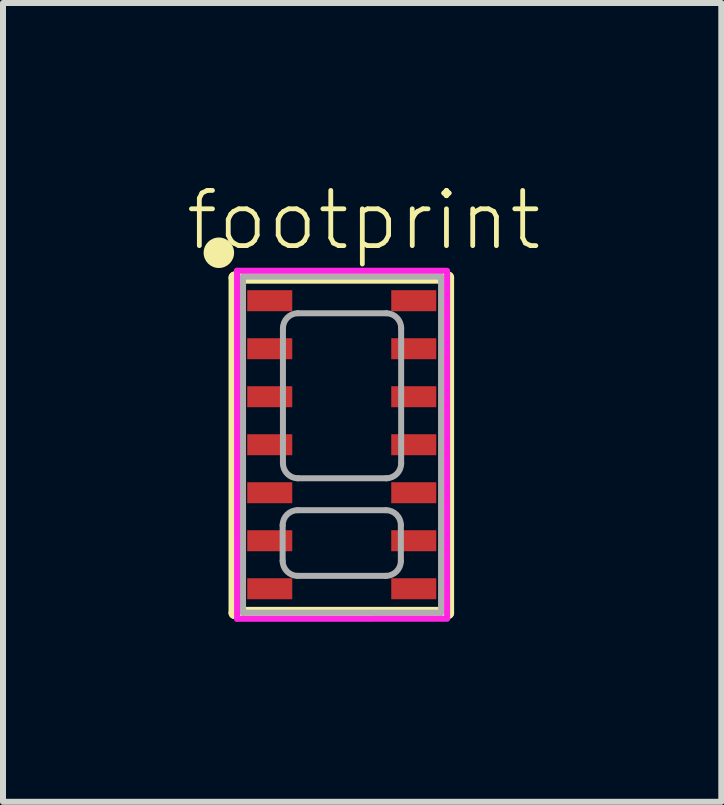
<source format=kicad_pcb>
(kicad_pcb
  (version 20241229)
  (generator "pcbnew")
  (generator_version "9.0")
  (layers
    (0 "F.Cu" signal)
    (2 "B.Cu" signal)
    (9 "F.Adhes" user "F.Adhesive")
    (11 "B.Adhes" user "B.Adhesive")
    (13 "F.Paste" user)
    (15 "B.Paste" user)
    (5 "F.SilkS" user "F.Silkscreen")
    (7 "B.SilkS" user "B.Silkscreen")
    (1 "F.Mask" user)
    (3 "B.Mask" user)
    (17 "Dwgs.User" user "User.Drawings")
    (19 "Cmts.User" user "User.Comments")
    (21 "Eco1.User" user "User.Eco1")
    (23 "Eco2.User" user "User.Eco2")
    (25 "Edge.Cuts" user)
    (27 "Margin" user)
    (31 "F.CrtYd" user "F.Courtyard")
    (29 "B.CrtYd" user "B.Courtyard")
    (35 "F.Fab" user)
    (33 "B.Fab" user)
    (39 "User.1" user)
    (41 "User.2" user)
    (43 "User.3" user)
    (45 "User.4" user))
  (footprint "footprint"
    (layer "F.Cu")
    (at 2.638 4.37)
    (property "Reference" "footprint" (at -2.638 -3.21 0) (layer "F.SilkS") (effects (font (size 0.92 0.92) (thickness 0.08)) (justify left bottom)))
    (fp_line (start -1.778 -2.794) (end 1.778 -2.794) (stroke (width 0.203) (type solid)) (layer "F.SilkS"))
    (fp_line (start -1.778 2.794) (end -1.778 -2.794) (stroke (width 0.203) (type solid)) (layer "F.SilkS"))
    (fp_line (start 1.778 -2.794) (end 1.778 2.794) (stroke (width 0.203) (type solid)) (layer "F.SilkS"))
    (fp_line (start 1.778 2.794) (end -1.778 2.794) (stroke (width 0.203) (type solid)) (layer "F.SilkS"))
    (fp_circle (center -2.041 -3.208) (end -1.914 -3.208) (stroke (width 0.254) (type solid)) (fill yes) (layer "F.SilkS"))
    (fp_line (start -1.738 -2.908) (end -1.737 2.892) (stroke (width 0.1) (type solid)) (layer "F.CrtYd"))
    (fp_line (start -1.737 2.892) (end 1.764 2.891) (stroke (width 0.1) (type solid)) (layer "F.CrtYd"))
    (fp_line (start 1.761 -2.908) (end -1.738 -2.908) (stroke (width 0.1) (type solid)) (layer "F.CrtYd"))
    (fp_line (start 1.763 2.861) (end 1.763 -2.897) (stroke (width 0.1) (type solid)) (layer "F.CrtYd"))
    (fp_line (start -1.638 -2.81) (end -1.638 2.79) (stroke (width 0.1) (type solid)) (layer "F.Fab"))
    (fp_line (start -1.638 2.79) (end 1.662 2.79) (stroke (width 0.1) (type solid)) (layer "F.Fab"))
    (fp_line (start -0.978 1.926) (end -0.978 1.332) (stroke (width 0.1) (type solid)) (layer "F.Fab"))
    (fp_line (start -0.973 0.3) (end -0.973 -1.95) (stroke (width 0.1) (type solid)) (layer "F.Fab"))
    (fp_line (start -0.723 -2.2) (end 0.747 -2.2) (stroke (width 0.1) (type solid)) (layer "F.Fab"))
    (fp_line (start 0.742 1.082) (end -0.728 1.082) (stroke (width 0.1) (type solid)) (layer "F.Fab"))
    (fp_line (start 0.742 2.176) (end -0.728 2.176) (stroke (width 0.1) (type solid)) (layer "F.Fab"))
    (fp_line (start 0.747 0.55) (end -0.723 0.55) (stroke (width 0.1) (type solid)) (layer "F.Fab"))
    (fp_line (start 0.992 1.926) (end 0.992 1.332) (stroke (width 0.1) (type solid)) (layer "F.Fab"))
    (fp_line (start 0.997 -1.95) (end 0.997 0.3) (stroke (width 0.1) (type solid)) (layer "F.Fab"))
    (fp_line (start 1.662 -2.81) (end -1.638 -2.81) (stroke (width 0.1) (type solid)) (layer "F.Fab"))
    (fp_line (start 1.662 2.79) (end 1.662 -2.81) (stroke (width 0.1) (type solid)) (layer "F.Fab"))
    (fp_arc (start -0.97754 1.33219) (mid -0.904317 1.155413) (end -0.72754 1.08219) (stroke (width 0.1) (type solid)) (layer "F.Fab"))
    (fp_arc (start -0.97254 -1.949809) (mid -0.899317 -2.126586) (end -0.72254 -2.199809) (stroke (width 0.1) (type solid)) (layer "F.Fab"))
    (fp_arc (start -0.72754 2.17619) (mid -0.904317 2.102967) (end -0.97754 1.92619) (stroke (width 0.1) (type solid)) (layer "F.Fab"))
    (fp_arc (start -0.72254 0.55019) (mid -0.899317 0.476967) (end -0.97254 0.30019) (stroke (width 0.1) (type solid)) (layer "F.Fab"))
    (fp_arc (start 0.742459 1.08219) (mid 0.919236 1.155413) (end 0.992459 1.33219) (stroke (width 0.1) (type solid)) (layer "F.Fab"))
    (fp_arc (start 0.747459 -2.199809) (mid 0.924236 -2.126586) (end 0.997459 -1.949809) (stroke (width 0.1) (type solid)) (layer "F.Fab"))
    (fp_arc (start 0.992459 1.92619) (mid 0.919236 2.102967) (end 0.742459 2.17619) (stroke (width 0.1) (type solid)) (layer "F.Fab"))
    (fp_arc (start 0.997459 0.30019) (mid 0.924236 0.476967) (end 0.747459 0.55019) (stroke (width 0.1) (type solid)) (layer "F.Fab"))
    (pad "P1" smd rect (at -1.193 -2.409) (size 0.75 0.35) (layers "F.Cu" "F.Mask" "F.Paste"))
    (pad "P2" smd rect (at -1.193 -1.609) (size 0.75 0.35) (layers "F.Cu" "F.Mask" "F.Paste"))
    (pad "P3" smd rect (at -1.193 -0.809) (size 0.75 0.35) (layers "F.Cu" "F.Mask" "F.Paste"))
    (pad "P4" smd rect (at -1.193 -0.009) (size 0.75 0.35) (layers "F.Cu" "F.Mask" "F.Paste"))
    (pad "P5" smd rect (at -1.193 0.791) (size 0.75 0.35) (layers "F.Cu" "F.Mask" "F.Paste"))
    (pad "P6" smd rect (at -1.193 1.591) (size 0.75 0.35) (layers "F.Cu" "F.Mask" "F.Paste"))
    (pad "P7" smd rect (at -1.193 2.391) (size 0.75 0.35) (layers "F.Cu" "F.Mask" "F.Paste"))
    (pad "P8" smd rect (at 1.207 2.391) (size 0.75 0.35) (layers "F.Cu" "F.Mask" "F.Paste"))
    (pad "P9" smd rect (at 1.207 1.591) (size 0.75 0.35) (layers "F.Cu" "F.Mask" "F.Paste"))
    (pad "P10" smd rect (at 1.207 0.791) (size 0.75 0.35) (layers "F.Cu" "F.Mask" "F.Paste"))
    (pad "P11" smd rect (at 1.207 -0.009) (size 0.75 0.35) (layers "F.Cu" "F.Mask" "F.Paste"))
    (pad "P12" smd rect (at 1.207 -0.809) (size 0.75 0.35) (layers "F.Cu" "F.Mask" "F.Paste"))
    (pad "P13" smd rect (at 1.207 -1.609) (size 0.75 0.35) (layers "F.Cu" "F.Mask" "F.Paste"))
    (pad "P14" smd rect (at 1.207 -2.409) (size 0.75 0.35) (layers "F.Cu" "F.Mask" "F.Paste")))
  (gr_rect
    (start -3 -3)
    (end 8.97 10.312)
    (stroke (width 0.1) (type default))
    (fill no)
    (layer "Edge.Cuts")))
</source>
